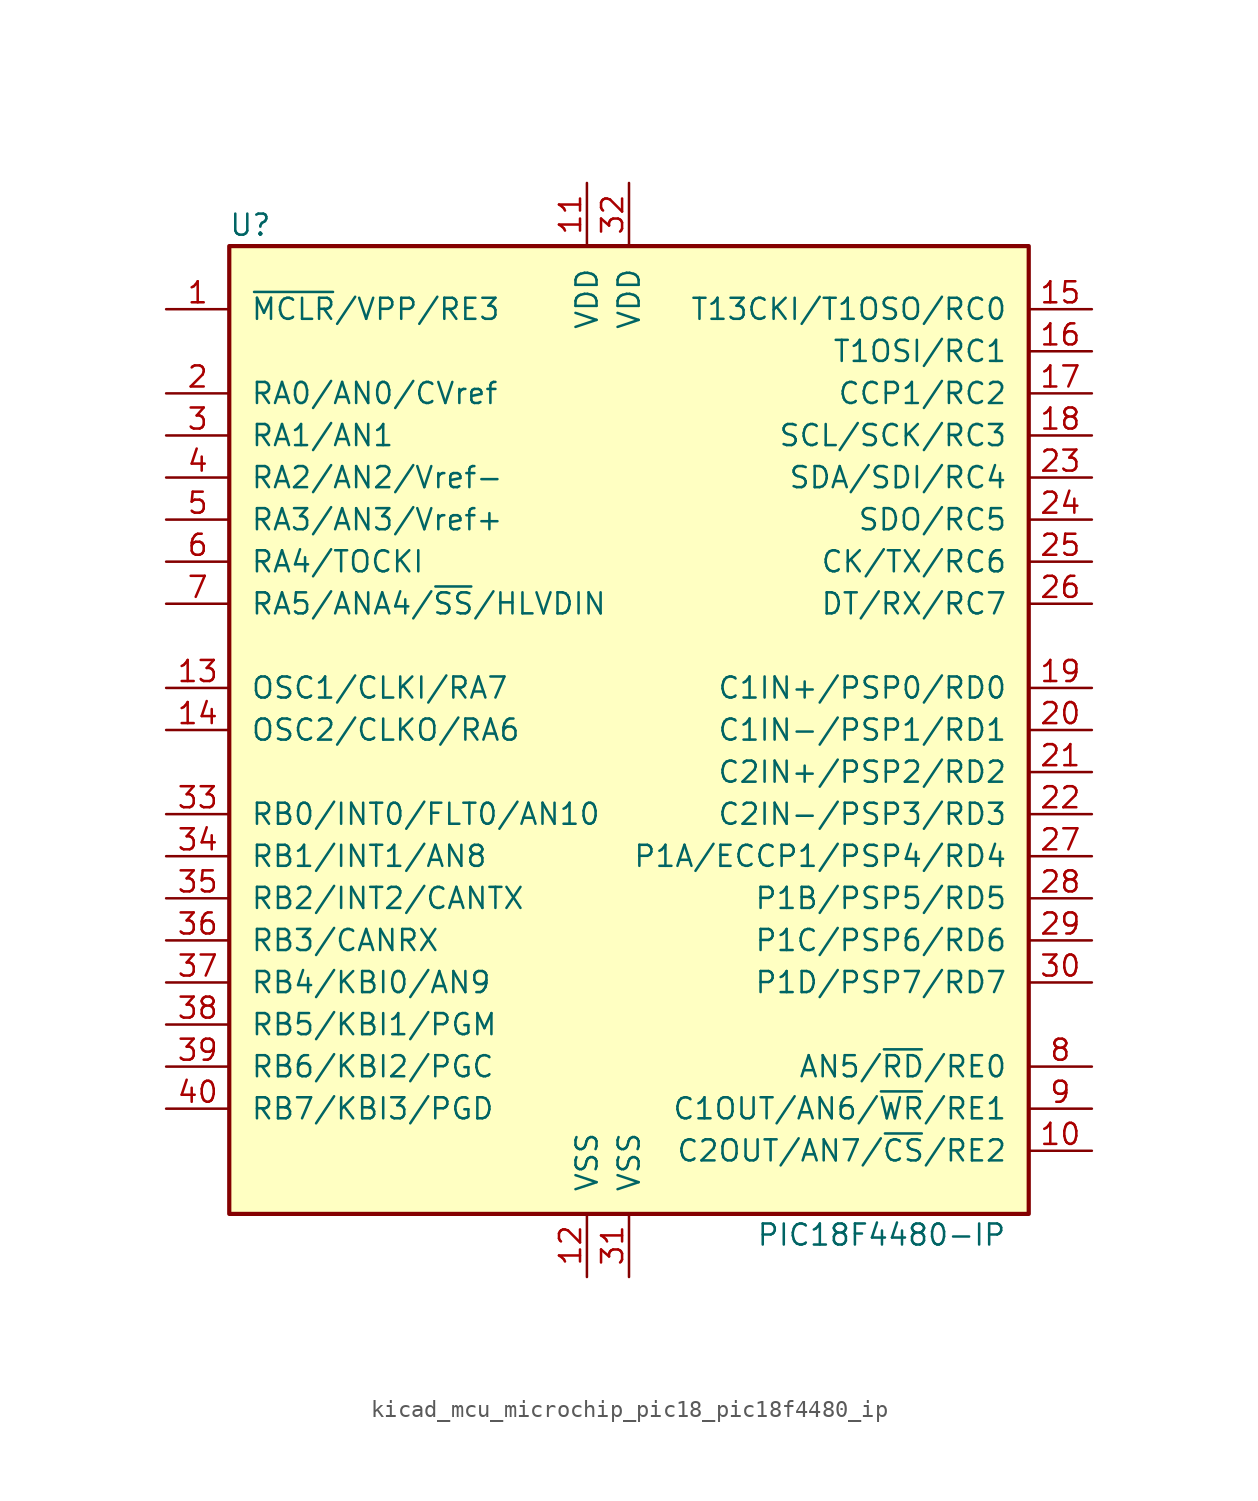
<source format=kicad_sym>
(kicad_symbol_lib
  (version 20220914)
  (generator kicad_symbol_editor)
  (symbol "kicad_mcu_microchip_pic18_pic18f4480_ip"
    (pin_names
      (offset 1.27))
    (property "Reference" "U"
      (at -22.86 30.48 0)
      (effects (font (size 1.27 1.27))))
    (property "Value" "PIC18F4480-IP"
      (at 15.24 -30.48 0)
      (effects (font (size 1.27 1.27))))
    (symbol "kicad_mcu_microchip_pic18_pic18f4480_ip_0_1"
      (rectangle (start -24.13 -29.21) (end 24.13 29.21) (stroke (width 0.254) (type default)) (fill (type background))))
    (symbol "kicad_mcu_microchip_pic18_pic18f4480_ip_1_1"
      (pin input line (at -27.94 25.4 0) (length 3.81) (name "~{MCLR}/VPP/RE3" (effects (font (size 1.27 1.27)))) (number "1" (effects (font (size 1.27 1.27)))))
      (pin bidirectional line (at 27.94 -25.4 180) (length 3.81) (name "C2OUT/AN7/~{CS}/RE2" (effects (font (size 1.27 1.27)))) (number "10" (effects (font (size 1.27 1.27)))))
      (pin power_in line (at -2.54 33.02 270) (length 3.81) (name "VDD" (effects (font (size 1.27 1.27)))) (number "11" (effects (font (size 1.27 1.27)))))
      (pin power_in line (at -2.54 -33.02 90) (length 3.81) (name "VSS" (effects (font (size 1.27 1.27)))) (number "12" (effects (font (size 1.27 1.27)))))
      (pin input line (at -27.94 2.54 0) (length 3.81) (name "OSC1/CLKI/RA7" (effects (font (size 1.27 1.27)))) (number "13" (effects (font (size 1.27 1.27)))))
      (pin output line (at -27.94 0 0) (length 3.81) (name "OSC2/CLKO/RA6" (effects (font (size 1.27 1.27)))) (number "14" (effects (font (size 1.27 1.27)))))
      (pin bidirectional line (at 27.94 25.4 180) (length 3.81) (name "T13CKI/T1OSO/RC0" (effects (font (size 1.27 1.27)))) (number "15" (effects (font (size 1.27 1.27)))))
      (pin bidirectional line (at 27.94 22.86 180) (length 3.81) (name "T1OSI/RC1" (effects (font (size 1.27 1.27)))) (number "16" (effects (font (size 1.27 1.27)))))
      (pin bidirectional line (at 27.94 20.32 180) (length 3.81) (name "CCP1/RC2" (effects (font (size 1.27 1.27)))) (number "17" (effects (font (size 1.27 1.27)))))
      (pin bidirectional line (at 27.94 17.78 180) (length 3.81) (name "SCL/SCK/RC3" (effects (font (size 1.27 1.27)))) (number "18" (effects (font (size 1.27 1.27)))))
      (pin bidirectional line (at 27.94 2.54 180) (length 3.81) (name "C1IN+/PSP0/RD0" (effects (font (size 1.27 1.27)))) (number "19" (effects (font (size 1.27 1.27)))))
      (pin bidirectional line (at -27.94 20.32 0) (length 3.81) (name "RA0/AN0/CVref" (effects (font (size 1.27 1.27)))) (number "2" (effects (font (size 1.27 1.27)))))
      (pin bidirectional line (at 27.94 0 180) (length 3.81) (name "C1IN-/PSP1/RD1" (effects (font (size 1.27 1.27)))) (number "20" (effects (font (size 1.27 1.27)))))
      (pin bidirectional line (at 27.94 -2.54 180) (length 3.81) (name "C2IN+/PSP2/RD2" (effects (font (size 1.27 1.27)))) (number "21" (effects (font (size 1.27 1.27)))))
      (pin bidirectional line (at 27.94 -5.08 180) (length 3.81) (name "C2IN-/PSP3/RD3" (effects (font (size 1.27 1.27)))) (number "22" (effects (font (size 1.27 1.27)))))
      (pin bidirectional line (at 27.94 15.24 180) (length 3.81) (name "SDA/SDI/RC4" (effects (font (size 1.27 1.27)))) (number "23" (effects (font (size 1.27 1.27)))))
      (pin bidirectional line (at 27.94 12.7 180) (length 3.81) (name "SDO/RC5" (effects (font (size 1.27 1.27)))) (number "24" (effects (font (size 1.27 1.27)))))
      (pin bidirectional line (at 27.94 10.16 180) (length 3.81) (name "CK/TX/RC6" (effects (font (size 1.27 1.27)))) (number "25" (effects (font (size 1.27 1.27)))))
      (pin bidirectional line (at 27.94 7.62 180) (length 3.81) (name "DT/RX/RC7" (effects (font (size 1.27 1.27)))) (number "26" (effects (font (size 1.27 1.27)))))
      (pin bidirectional line (at 27.94 -7.62 180) (length 3.81) (name "P1A/ECCP1/PSP4/RD4" (effects (font (size 1.27 1.27)))) (number "27" (effects (font (size 1.27 1.27)))))
      (pin bidirectional line (at 27.94 -10.16 180) (length 3.81) (name "P1B/PSP5/RD5" (effects (font (size 1.27 1.27)))) (number "28" (effects (font (size 1.27 1.27)))))
      (pin bidirectional line (at 27.94 -12.7 180) (length 3.81) (name "P1C/PSP6/RD6" (effects (font (size 1.27 1.27)))) (number "29" (effects (font (size 1.27 1.27)))))
      (pin bidirectional line (at -27.94 17.78 0) (length 3.81) (name "RA1/AN1" (effects (font (size 1.27 1.27)))) (number "3" (effects (font (size 1.27 1.27)))))
      (pin bidirectional line (at 27.94 -15.24 180) (length 3.81) (name "P1D/PSP7/RD7" (effects (font (size 1.27 1.27)))) (number "30" (effects (font (size 1.27 1.27)))))
      (pin power_in line (at 0 -33.02 90) (length 3.81) (name "VSS" (effects (font (size 1.27 1.27)))) (number "31" (effects (font (size 1.27 1.27)))))
      (pin power_in line (at 0 33.02 270) (length 3.81) (name "VDD" (effects (font (size 1.27 1.27)))) (number "32" (effects (font (size 1.27 1.27)))))
      (pin bidirectional line (at -27.94 -5.08 0) (length 3.81) (name "RB0/INT0/FLT0/AN10" (effects (font (size 1.27 1.27)))) (number "33" (effects (font (size 1.27 1.27)))))
      (pin bidirectional line (at -27.94 -7.62 0) (length 3.81) (name "RB1/INT1/AN8" (effects (font (size 1.27 1.27)))) (number "34" (effects (font (size 1.27 1.27)))))
      (pin bidirectional line (at -27.94 -10.16 0) (length 3.81) (name "RB2/INT2/CANTX" (effects (font (size 1.27 1.27)))) (number "35" (effects (font (size 1.27 1.27)))))
      (pin bidirectional line (at -27.94 -12.7 0) (length 3.81) (name "RB3/CANRX" (effects (font (size 1.27 1.27)))) (number "36" (effects (font (size 1.27 1.27)))))
      (pin bidirectional line (at -27.94 -15.24 0) (length 3.81) (name "RB4/KBI0/AN9" (effects (font (size 1.27 1.27)))) (number "37" (effects (font (size 1.27 1.27)))))
      (pin bidirectional line (at -27.94 -17.78 0) (length 3.81) (name "RB5/KBI1/PGM" (effects (font (size 1.27 1.27)))) (number "38" (effects (font (size 1.27 1.27)))))
      (pin bidirectional line (at -27.94 -20.32 0) (length 3.81) (name "RB6/KBI2/PGC" (effects (font (size 1.27 1.27)))) (number "39" (effects (font (size 1.27 1.27)))))
      (pin bidirectional line (at -27.94 15.24 0) (length 3.81) (name "RA2/AN2/Vref-" (effects (font (size 1.27 1.27)))) (number "4" (effects (font (size 1.27 1.27)))))
      (pin bidirectional line (at -27.94 -22.86 0) (length 3.81) (name "RB7/KBI3/PGD" (effects (font (size 1.27 1.27)))) (number "40" (effects (font (size 1.27 1.27)))))
      (pin bidirectional line (at -27.94 12.7 0) (length 3.81) (name "RA3/AN3/Vref+" (effects (font (size 1.27 1.27)))) (number "5" (effects (font (size 1.27 1.27)))))
      (pin bidirectional line (at -27.94 10.16 0) (length 3.81) (name "RA4/TOCKI" (effects (font (size 1.27 1.27)))) (number "6" (effects (font (size 1.27 1.27)))))
      (pin bidirectional line (at -27.94 7.62 0) (length 3.81) (name "RA5/ANA4/~{SS}/HLVDIN" (effects (font (size 1.27 1.27)))) (number "7" (effects (font (size 1.27 1.27)))))
      (pin bidirectional line (at 27.94 -20.32 180) (length 3.81) (name "AN5/~{RD}/RE0" (effects (font (size 1.27 1.27)))) (number "8" (effects (font (size 1.27 1.27)))))
      (pin bidirectional line (at 27.94 -22.86 180) (length 3.81) (name "C1OUT/AN6/~{WR}/RE1" (effects (font (size 1.27 1.27)))) (number "9" (effects (font (size 1.27 1.27))))))))
</source>
